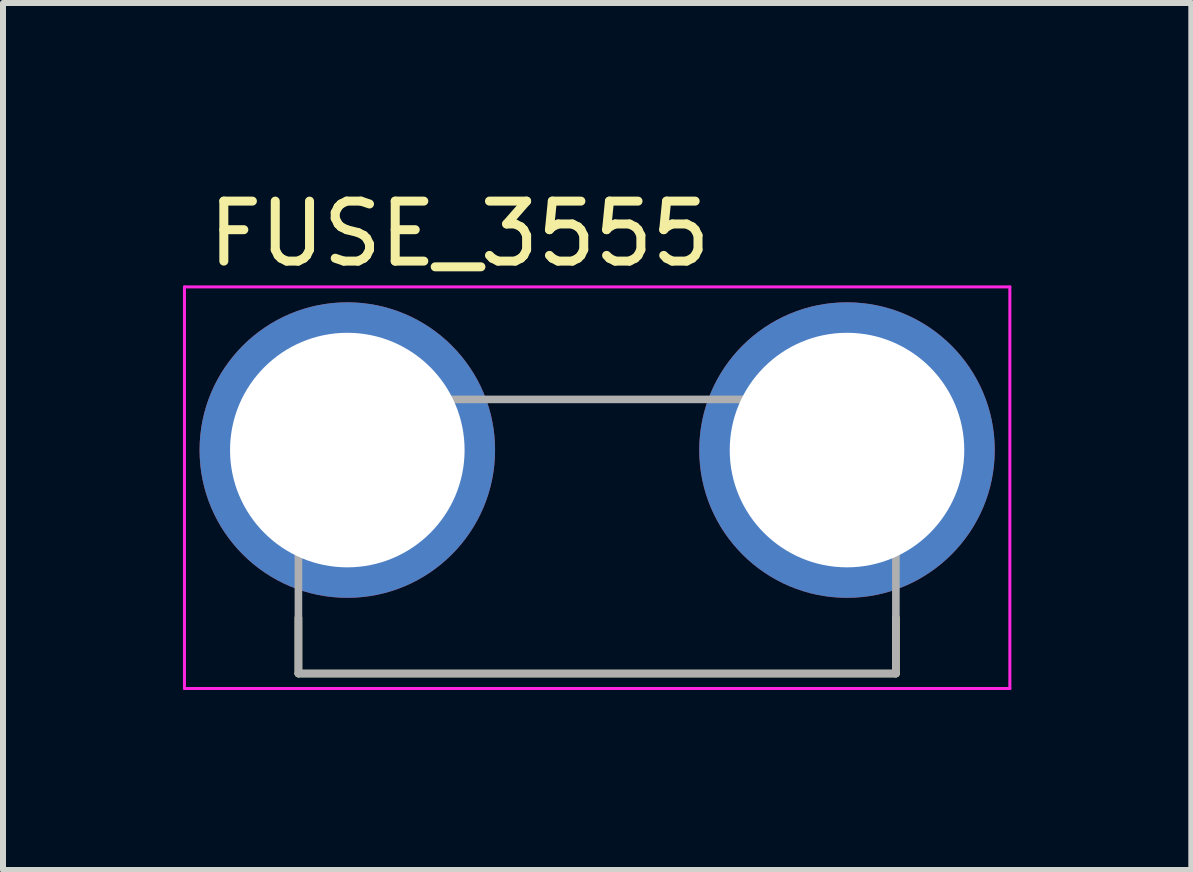
<source format=kicad_pcb>
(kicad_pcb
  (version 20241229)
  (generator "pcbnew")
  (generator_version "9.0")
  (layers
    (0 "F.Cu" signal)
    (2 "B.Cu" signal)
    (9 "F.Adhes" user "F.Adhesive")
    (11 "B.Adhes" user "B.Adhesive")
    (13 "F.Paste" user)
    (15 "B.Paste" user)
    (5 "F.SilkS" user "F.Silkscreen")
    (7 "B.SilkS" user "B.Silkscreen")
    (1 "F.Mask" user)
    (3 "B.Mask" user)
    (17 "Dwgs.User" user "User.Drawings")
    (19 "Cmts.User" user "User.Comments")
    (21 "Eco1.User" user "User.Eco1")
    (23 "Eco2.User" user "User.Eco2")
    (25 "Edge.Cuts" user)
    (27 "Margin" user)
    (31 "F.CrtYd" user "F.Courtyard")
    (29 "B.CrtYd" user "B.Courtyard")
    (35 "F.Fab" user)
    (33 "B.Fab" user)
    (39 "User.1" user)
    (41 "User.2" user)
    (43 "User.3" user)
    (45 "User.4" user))
  (footprint "FUSE_3555"
    (layer "F.Cu")
    (at 6.905 5.893)
    (property "Reference" "FUSE_3555" (at -2.295 -5.045 0) (layer "F.SilkS") (effects (font (size 1 1) (thickness 0.15))))
    (attr through_hole)
    (fp_line (start -4.98 1.355) (end -4.98 2.285) (stroke (width 0.127) (type solid)) (layer "F.SilkS"))
    (fp_line (start -4.98 2.285) (end 4.98 2.285) (stroke (width 0.127) (type solid)) (layer "F.SilkS"))
    (fp_line (start 4.98 2.285) (end 4.98 1.355) (stroke (width 0.127) (type solid)) (layer "F.SilkS"))
    (fp_line (start -6.88 -4.16) (end -6.88 2.535) (stroke (width 0.05) (type solid)) (layer "F.CrtYd"))
    (fp_line (start -6.88 2.535) (end 6.88 2.535) (stroke (width 0.05) (type solid)) (layer "F.CrtYd"))
    (fp_line (start 6.88 -4.16) (end -6.88 -4.16) (stroke (width 0.05) (type solid)) (layer "F.CrtYd"))
    (fp_line (start 6.88 2.535) (end 6.88 -4.16) (stroke (width 0.05) (type solid)) (layer "F.CrtYd"))
    (fp_line (start -4.98 -2.285) (end -4.98 2.285) (stroke (width 0.127) (type solid)) (layer "F.Fab"))
    (fp_line (start -4.98 2.285) (end 4.98 2.285) (stroke (width 0.127) (type solid)) (layer "F.Fab"))
    (fp_line (start 4.98 -2.285) (end -4.98 -2.285) (stroke (width 0.127) (type solid)) (layer "F.Fab"))
    (fp_line (start 4.98 2.285) (end 4.98 -2.285) (stroke (width 0.127) (type solid)) (layer "F.Fab"))
    (pad "1_1" thru_hole circle (at -4.165 -1.44) (size 4.926 4.926) (drill 3.91) (layers "*.Cu" "*.Mask"))
    (pad "1_2" thru_hole circle (at 4.165 -1.44) (size 4.926 4.926) (drill 3.91) (layers "*.Cu" "*.Mask")))
  (gr_rect
    (start -3 -3)
    (end 16.81 11.453)
    (stroke (width 0.1) (type default))
    (fill no)
    (layer "Edge.Cuts")))
</source>
